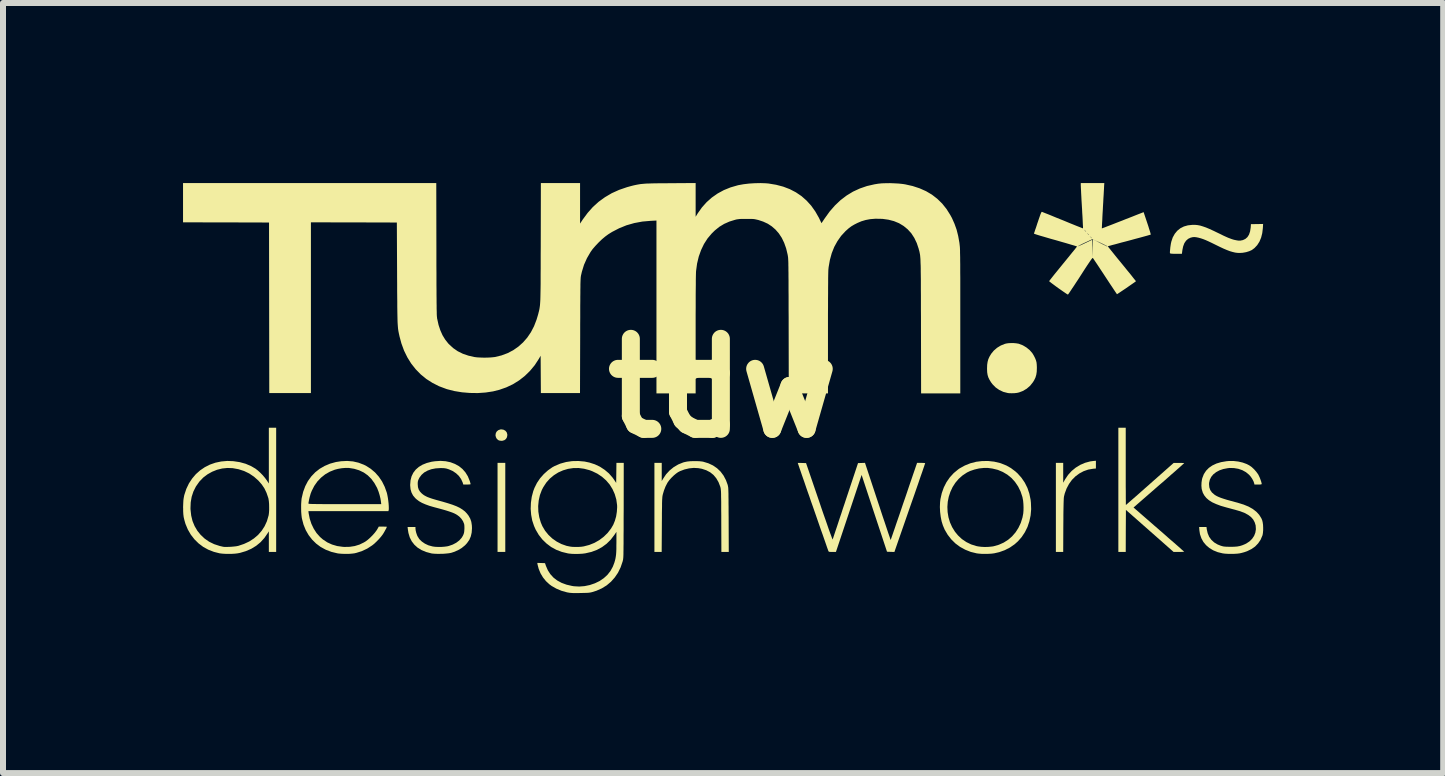
<source format=kicad_pcb>
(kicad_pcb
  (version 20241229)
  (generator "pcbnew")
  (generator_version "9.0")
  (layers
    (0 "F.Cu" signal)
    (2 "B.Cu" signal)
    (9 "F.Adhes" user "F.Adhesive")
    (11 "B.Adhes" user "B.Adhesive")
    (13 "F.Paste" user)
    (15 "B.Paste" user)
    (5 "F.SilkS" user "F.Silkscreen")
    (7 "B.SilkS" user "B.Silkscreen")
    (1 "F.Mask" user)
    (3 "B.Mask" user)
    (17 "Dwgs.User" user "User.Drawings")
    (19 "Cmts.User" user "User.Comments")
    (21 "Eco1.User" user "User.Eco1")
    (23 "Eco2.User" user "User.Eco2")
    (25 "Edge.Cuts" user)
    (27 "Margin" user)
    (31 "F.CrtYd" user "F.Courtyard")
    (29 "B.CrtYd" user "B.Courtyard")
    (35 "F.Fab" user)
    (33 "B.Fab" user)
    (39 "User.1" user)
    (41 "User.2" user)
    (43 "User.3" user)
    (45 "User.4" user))
  (footprint "tdw"
    (layer "F.Cu")
    (at 8.998 3.418)
    (property "Reference" "tdw" (at 0 0 0) (layer "F.SilkS") (effects (font (size 1.5 1.5) (thickness 0.3))))
    (attr board_only exclude_from_pos_files exclude_from_bom)
    (fp_poly (pts (xy -3.628 1.987) (xy -3.628 2.729) (xy -3.692 2.729) (xy -3.757 2.729) (xy -3.757 1.987) (xy -3.757 1.245) (xy -3.692 1.245) (xy -3.628 1.245)) (stroke (width 0) (type solid)) (fill yes) (layer "F.SilkS"))
    (fp_poly (pts (xy -3.656 0.693) (xy -3.626 0.71) (xy -3.605 0.735) (xy -3.595 0.768) (xy -3.594 0.783) (xy -3.6 0.818) (xy -3.617 0.847) (xy -3.643 0.867) (xy -3.677 0.877) (xy -3.692 0.878) (xy -3.724 0.874) (xy -3.747 0.865) (xy -3.769 0.845) (xy -3.784 0.817) (xy -3.791 0.787) (xy -3.791 0.783) (xy -3.785 0.747) (xy -3.768 0.719) (xy -3.742 0.699) (xy -3.708 0.688) (xy -3.692 0.687)) (stroke (width 0) (type solid)) (fill yes) (layer "F.SilkS"))
    (fp_poly (pts (xy 6.214 1.274) (xy 6.214 1.339) (xy 6.168 1.343) (xy 6.086 1.357) (xy 6.009 1.384) (xy 5.938 1.422) (xy 5.873 1.47) (xy 5.815 1.528) (xy 5.766 1.596) (xy 5.726 1.671) (xy 5.695 1.754) (xy 5.686 1.79) (xy 5.683 1.802) (xy 5.681 1.815) (xy 5.679 1.831) (xy 5.678 1.851) (xy 5.677 1.876) (xy 5.676 1.906) (xy 5.675 1.944) (xy 5.674 1.99) (xy 5.673 2.046) (xy 5.672 2.111) (xy 5.672 2.188) (xy 5.671 2.277) (xy 5.671 2.285) (xy 5.669 2.729) (xy 5.608 2.729) (xy 5.547 2.729) (xy 5.547 1.987) (xy 5.547 1.245) (xy 5.608 1.245) (xy 5.669 1.245) (xy 5.669 1.411) (xy 5.669 1.576) (xy 5.701 1.519) (xy 5.75 1.446) (xy 5.81 1.38) (xy 5.877 1.325) (xy 5.952 1.279) (xy 6.033 1.244) (xy 6.118 1.221) (xy 6.168 1.214) (xy 6.214 1.21)) (stroke (width 0) (type solid)) (fill yes) (layer "F.SilkS"))
    (fp_poly (pts (xy 4.843 -0.751) (xy 4.887 -0.747) (xy 4.924 -0.741) (xy 4.931 -0.739) (xy 4.996 -0.714) (xy 5.056 -0.678) (xy 5.11 -0.634) (xy 5.154 -0.584) (xy 5.18 -0.541) (xy 5.201 -0.499) (xy 5.215 -0.464) (xy 5.224 -0.431) (xy 5.228 -0.395) (xy 5.23 -0.352) (xy 5.23 -0.333) (xy 5.228 -0.273) (xy 5.22 -0.221) (xy 5.206 -0.175) (xy 5.184 -0.13) (xy 5.164 -0.098) (xy 5.117 -0.039) (xy 5.061 0.009) (xy 4.997 0.047) (xy 4.934 0.071) (xy 4.899 0.079) (xy 4.855 0.084) (xy 4.81 0.085) (xy 4.768 0.084) (xy 4.745 0.081) (xy 4.671 0.062) (xy 4.603 0.03) (xy 4.543 -0.012) (xy 4.491 -0.065) (xy 4.466 -0.098) (xy 4.44 -0.141) (xy 4.421 -0.18) (xy 4.409 -0.22) (xy 4.402 -0.265) (xy 4.4 -0.319) (xy 4.4 -0.33) (xy 4.402 -0.389) (xy 4.409 -0.438) (xy 4.421 -0.482) (xy 4.44 -0.524) (xy 4.467 -0.569) (xy 4.467 -0.57) (xy 4.512 -0.625) (xy 4.566 -0.672) (xy 4.628 -0.71) (xy 4.694 -0.737) (xy 4.717 -0.743) (xy 4.753 -0.749) (xy 4.797 -0.751)) (stroke (width 0) (type solid)) (fill yes) (layer "F.SilkS"))
    (fp_poly (pts (xy 6.711 1.303) (xy 6.711 1.396) (xy 6.711 1.484) (xy 6.711 1.567) (xy 6.711 1.645) (xy 6.712 1.716) (xy 6.712 1.779) (xy 6.712 1.833) (xy 6.713 1.878) (xy 6.713 1.913) (xy 6.713 1.935) (xy 6.714 1.946) (xy 6.714 1.947) (xy 6.72 1.942) (xy 6.735 1.929) (xy 6.758 1.909) (xy 6.789 1.882) (xy 6.828 1.848) (xy 6.873 1.809) (xy 6.923 1.765) (xy 6.978 1.716) (xy 7.037 1.664) (xy 7.099 1.61) (xy 7.114 1.596) (xy 7.51 1.246) (xy 7.597 1.246) (xy 7.63 1.246) (xy 7.657 1.247) (xy 7.676 1.248) (xy 7.684 1.25) (xy 7.684 1.251) (xy 7.679 1.256) (xy 7.664 1.269) (xy 7.641 1.29) (xy 7.61 1.318) (xy 7.571 1.352) (xy 7.526 1.392) (xy 7.475 1.436) (xy 7.42 1.485) (xy 7.36 1.538) (xy 7.296 1.593) (xy 7.262 1.622) (xy 6.841 1.989) (xy 7.189 2.292) (xy 7.272 2.364) (xy 7.345 2.427) (xy 7.408 2.483) (xy 7.463 2.531) (xy 7.511 2.572) (xy 7.551 2.607) (xy 7.584 2.636) (xy 7.612 2.66) (xy 7.633 2.68) (xy 7.65 2.695) (xy 7.663 2.706) (xy 7.672 2.714) (xy 7.678 2.72) (xy 7.682 2.723) (xy 7.684 2.725) (xy 7.684 2.726) (xy 7.684 2.726) (xy 7.678 2.727) (xy 7.66 2.728) (xy 7.634 2.729) (xy 7.602 2.729) (xy 7.596 2.729) (xy 7.508 2.729) (xy 7.111 2.379) (xy 6.714 2.029) (xy 6.712 2.379) (xy 6.711 2.729) (xy 6.649 2.729) (xy 6.588 2.729) (xy 6.588 1.695) (xy 6.588 0.66) (xy 6.649 0.66) (xy 6.711 0.66)) (stroke (width 0) (type solid)) (fill yes) (layer "F.SilkS"))
    (fp_poly (pts (xy 8.996 -2.666) (xy 8.986 -2.583) (xy 8.967 -2.508) (xy 8.939 -2.441) (xy 8.902 -2.383) (xy 8.857 -2.335) (xy 8.813 -2.302) (xy 8.769 -2.282) (xy 8.717 -2.266) (xy 8.661 -2.256) (xy 8.614 -2.253) (xy 8.574 -2.254) (xy 8.535 -2.259) (xy 8.493 -2.269) (xy 8.448 -2.282) (xy 8.398 -2.301) (xy 8.341 -2.325) (xy 8.275 -2.356) (xy 8.208 -2.389) (xy 8.143 -2.421) (xy 8.088 -2.447) (xy 8.041 -2.468) (xy 8 -2.484) (xy 7.964 -2.496) (xy 7.931 -2.505) (xy 7.924 -2.507) (xy 7.885 -2.515) (xy 7.855 -2.518) (xy 7.827 -2.516) (xy 7.798 -2.509) (xy 7.793 -2.508) (xy 7.751 -2.488) (xy 7.716 -2.457) (xy 7.688 -2.416) (xy 7.668 -2.363) (xy 7.655 -2.301) (xy 7.655 -2.3) (xy 7.647 -2.239) (xy 7.55 -2.239) (xy 7.51 -2.239) (xy 7.482 -2.24) (xy 7.464 -2.242) (xy 7.453 -2.245) (xy 7.449 -2.248) (xy 7.448 -2.249) (xy 7.447 -2.261) (xy 7.448 -2.284) (xy 7.451 -2.313) (xy 7.454 -2.346) (xy 7.459 -2.38) (xy 7.464 -2.412) (xy 7.47 -2.437) (xy 7.47 -2.439) (xy 7.494 -2.511) (xy 7.528 -2.572) (xy 7.57 -2.623) (xy 7.621 -2.664) (xy 7.68 -2.694) (xy 7.747 -2.713) (xy 7.821 -2.721) (xy 7.867 -2.721) (xy 7.908 -2.717) (xy 7.951 -2.709) (xy 7.997 -2.695) (xy 8.049 -2.677) (xy 8.108 -2.652) (xy 8.176 -2.621) (xy 8.223 -2.598) (xy 8.286 -2.568) (xy 8.338 -2.542) (xy 8.382 -2.522) (xy 8.418 -2.506) (xy 8.45 -2.494) (xy 8.477 -2.484) (xy 8.502 -2.476) (xy 8.525 -2.47) (xy 8.565 -2.462) (xy 8.596 -2.458) (xy 8.624 -2.459) (xy 8.652 -2.465) (xy 8.663 -2.467) (xy 8.705 -2.487) (xy 8.739 -2.517) (xy 8.765 -2.558) (xy 8.783 -2.611) (xy 8.793 -2.674) (xy 8.795 -2.699) (xy 8.797 -2.733) (xy 8.898 -2.734) (xy 9 -2.736)) (stroke (width 0) (type solid)) (fill yes) (layer "F.SilkS"))
    (fp_poly (pts (xy -0.39 1.218) (xy -0.346 1.223) (xy -0.33 1.226) (xy -0.244 1.252) (xy -0.167 1.288) (xy -0.1 1.334) (xy -0.041 1.39) (xy 0.009 1.457) (xy 0.049 1.533) (xy 0.076 1.606) (xy 0.079 1.616) (xy 0.081 1.625) (xy 0.083 1.635) (xy 0.085 1.646) (xy 0.087 1.66) (xy 0.088 1.678) (xy 0.089 1.7) (xy 0.09 1.728) (xy 0.091 1.762) (xy 0.091 1.804) (xy 0.092 1.854) (xy 0.092 1.914) (xy 0.093 1.984) (xy 0.093 2.065) (xy 0.094 2.158) (xy 0.094 2.193) (xy 0.096 2.729) (xy 0.035 2.729) (xy -0.027 2.729) (xy -0.029 2.21) (xy -0.029 2.114) (xy -0.03 2.03) (xy -0.03 1.958) (xy -0.03 1.897) (xy -0.031 1.845) (xy -0.032 1.802) (xy -0.032 1.766) (xy -0.033 1.738) (xy -0.034 1.715) (xy -0.036 1.697) (xy -0.037 1.682) (xy -0.039 1.67) (xy -0.041 1.66) (xy -0.043 1.651) (xy -0.046 1.642) (xy -0.046 1.641) (xy -0.075 1.566) (xy -0.113 1.501) (xy -0.159 1.446) (xy -0.214 1.402) (xy -0.279 1.368) (xy -0.352 1.344) (xy -0.413 1.333) (xy -0.488 1.329) (xy -0.566 1.337) (xy -0.642 1.355) (xy -0.714 1.382) (xy -0.749 1.4) (xy -0.783 1.424) (xy -0.821 1.456) (xy -0.859 1.493) (xy -0.893 1.531) (xy -0.92 1.568) (xy -0.927 1.579) (xy -0.958 1.639) (xy -0.984 1.706) (xy -1.004 1.774) (xy -1.004 1.776) (xy -1.007 1.788) (xy -1.009 1.801) (xy -1.011 1.816) (xy -1.012 1.835) (xy -1.014 1.859) (xy -1.015 1.889) (xy -1.016 1.925) (xy -1.016 1.969) (xy -1.017 2.023) (xy -1.018 2.086) (xy -1.018 2.16) (xy -1.019 2.247) (xy -1.019 2.278) (xy -1.022 2.729) (xy -1.083 2.729) (xy -1.143 2.729) (xy -1.143 1.987) (xy -1.143 1.245) (xy -1.082 1.245) (xy -1.021 1.245) (xy -1.021 1.397) (xy -1.021 1.548) (xy -0.999 1.511) (xy -0.949 1.436) (xy -0.889 1.371) (xy -0.821 1.316) (xy -0.745 1.271) (xy -0.663 1.238) (xy -0.636 1.231) (xy -0.597 1.223) (xy -0.549 1.218) (xy -0.496 1.216) (xy -0.441 1.216)) (stroke (width 0) (type solid)) (fill yes) (layer "F.SilkS"))
    (fp_poly (pts (xy 4.52 1.225) (xy 4.62 1.249) (xy 4.637 1.255) (xy 4.722 1.289) (xy 4.798 1.332) (xy 4.87 1.386) (xy 4.909 1.421) (xy 4.974 1.494) (xy 5.029 1.575) (xy 5.073 1.663) (xy 5.105 1.759) (xy 5.126 1.861) (xy 5.131 1.91) (xy 5.135 2.017) (xy 5.126 2.12) (xy 5.105 2.219) (xy 5.074 2.313) (xy 5.031 2.4) (xy 4.978 2.48) (xy 4.915 2.552) (xy 4.859 2.602) (xy 4.781 2.656) (xy 4.695 2.7) (xy 4.603 2.733) (xy 4.52 2.752) (xy 4.474 2.758) (xy 4.421 2.761) (xy 4.364 2.762) (xy 4.308 2.761) (xy 4.259 2.757) (xy 4.228 2.753) (xy 4.129 2.729) (xy 4.036 2.692) (xy 3.95 2.645) (xy 3.873 2.588) (xy 3.804 2.52) (xy 3.744 2.443) (xy 3.694 2.358) (xy 3.664 2.287) (xy 3.643 2.22) (xy 3.628 2.144) (xy 3.618 2.064) (xy 3.614 1.982) (xy 3.614 1.98) (xy 3.739 1.98) (xy 3.743 2.066) (xy 3.757 2.152) (xy 3.782 2.236) (xy 3.818 2.316) (xy 3.865 2.392) (xy 3.916 2.454) (xy 3.981 2.515) (xy 4.055 2.565) (xy 4.135 2.604) (xy 4.221 2.631) (xy 4.25 2.637) (xy 4.304 2.644) (xy 4.364 2.647) (xy 4.426 2.645) (xy 4.484 2.639) (xy 4.509 2.635) (xy 4.596 2.61) (xy 4.677 2.574) (xy 4.751 2.527) (xy 4.817 2.47) (xy 4.875 2.403) (xy 4.923 2.328) (xy 4.962 2.246) (xy 4.99 2.157) (xy 5.003 2.09) (xy 5.007 2.042) (xy 5.008 1.987) (xy 5.006 1.93) (xy 5.001 1.875) (xy 4.992 1.828) (xy 4.99 1.816) (xy 4.959 1.723) (xy 4.918 1.639) (xy 4.867 1.564) (xy 4.808 1.498) (xy 4.739 1.442) (xy 4.663 1.397) (xy 4.58 1.362) (xy 4.49 1.34) (xy 4.417 1.33) (xy 4.344 1.33) (xy 4.267 1.338) (xy 4.191 1.356) (xy 4.119 1.38) (xy 4.065 1.406) (xy 3.991 1.455) (xy 3.927 1.512) (xy 3.871 1.578) (xy 3.825 1.65) (xy 3.789 1.728) (xy 3.762 1.809) (xy 3.745 1.894) (xy 3.739 1.98) (xy 3.614 1.98) (xy 3.617 1.904) (xy 3.623 1.85) (xy 3.646 1.748) (xy 3.68 1.653) (xy 3.725 1.565) (xy 3.78 1.486) (xy 3.845 1.415) (xy 3.919 1.354) (xy 3.943 1.337) (xy 4.03 1.289) (xy 4.122 1.252) (xy 4.219 1.227) (xy 4.318 1.215) (xy 4.419 1.214)) (stroke (width 0) (type solid)) (fill yes) (layer "F.SilkS"))
    (fp_poly (pts (xy 2.579 1.889) (xy 2.609 1.979) (xy 2.637 2.065) (xy 2.664 2.147) (xy 2.69 2.223) (xy 2.713 2.292) (xy 2.734 2.355) (xy 2.752 2.409) (xy 2.768 2.455) (xy 2.78 2.49) (xy 2.788 2.515) (xy 2.793 2.528) (xy 2.794 2.531) (xy 2.796 2.524) (xy 2.803 2.505) (xy 2.813 2.476) (xy 2.827 2.436) (xy 2.844 2.386) (xy 2.864 2.329) (xy 2.886 2.263) (xy 2.911 2.191) (xy 2.938 2.113) (xy 2.966 2.03) (xy 2.995 1.944) (xy 3.007 1.909) (xy 3.038 1.82) (xy 3.067 1.735) (xy 3.094 1.654) (xy 3.12 1.578) (xy 3.144 1.508) (xy 3.165 1.446) (xy 3.184 1.391) (xy 3.2 1.345) (xy 3.212 1.309) (xy 3.221 1.283) (xy 3.226 1.27) (xy 3.226 1.268) (xy 3.234 1.245) (xy 3.302 1.245) (xy 3.33 1.246) (xy 3.352 1.247) (xy 3.366 1.249) (xy 3.369 1.25) (xy 3.367 1.257) (xy 3.36 1.276) (xy 3.35 1.307) (xy 3.336 1.347) (xy 3.319 1.398) (xy 3.298 1.457) (xy 3.275 1.524) (xy 3.25 1.598) (xy 3.222 1.678) (xy 3.192 1.765) (xy 3.16 1.856) (xy 3.127 1.95) (xy 3.112 1.993) (xy 2.856 2.73) (xy 2.794 2.728) (xy 2.733 2.726) (xy 2.521 2.086) (xy 2.31 1.446) (xy 2.096 2.088) (xy 1.882 2.729) (xy 1.822 2.729) (xy 1.793 2.729) (xy 1.775 2.728) (xy 1.765 2.725) (xy 1.759 2.72) (xy 1.756 2.714) (xy 1.753 2.706) (xy 1.746 2.686) (xy 1.735 2.656) (xy 1.721 2.615) (xy 1.704 2.566) (xy 1.684 2.509) (xy 1.662 2.445) (xy 1.637 2.376) (xy 1.611 2.301) (xy 1.584 2.223) (xy 1.556 2.142) (xy 1.527 2.059) (xy 1.498 1.975) (xy 1.468 1.891) (xy 1.44 1.808) (xy 1.411 1.727) (xy 1.384 1.649) (xy 1.359 1.575) (xy 1.335 1.506) (xy 1.313 1.443) (xy 1.294 1.387) (xy 1.277 1.339) (xy 1.264 1.3) (xy 1.254 1.271) (xy 1.248 1.253) (xy 1.245 1.247) (xy 1.252 1.246) (xy 1.269 1.246) (xy 1.294 1.246) (xy 1.315 1.247) (xy 1.384 1.249) (xy 1.604 1.892) (xy 1.643 2.008) (xy 1.679 2.112) (xy 1.712 2.205) (xy 1.74 2.286) (xy 1.764 2.356) (xy 1.785 2.414) (xy 1.802 2.459) (xy 1.814 2.493) (xy 1.823 2.514) (xy 1.827 2.522) (xy 1.828 2.522) (xy 1.83 2.513) (xy 1.837 2.493) (xy 1.847 2.462) (xy 1.861 2.42) (xy 1.878 2.369) (xy 1.898 2.31) (xy 1.92 2.243) (xy 1.944 2.169) (xy 1.971 2.09) (xy 1.998 2.006) (xy 2.028 1.918) (xy 2.041 1.878) (xy 2.25 1.249) (xy 2.308 1.247) (xy 2.366 1.245)) (stroke (width 0) (type solid)) (fill yes) (layer "F.SilkS"))
    (fp_poly (pts (xy -7.446 1.695) (xy -7.446 2.729) (xy -7.507 2.729) (xy -7.568 2.729) (xy -7.568 2.557) (xy -7.568 2.386) (xy -7.587 2.416) (xy -7.642 2.496) (xy -7.706 2.567) (xy -7.779 2.627) (xy -7.861 2.677) (xy -7.951 2.716) (xy -8.048 2.745) (xy -8.09 2.753) (xy -8.132 2.758) (xy -8.182 2.761) (xy -8.237 2.762) (xy -8.292 2.761) (xy -8.342 2.758) (xy -8.383 2.753) (xy -8.386 2.753) (xy -8.484 2.728) (xy -8.577 2.692) (xy -8.662 2.645) (xy -8.739 2.587) (xy -8.808 2.519) (xy -8.868 2.442) (xy -8.918 2.356) (xy -8.957 2.263) (xy -8.962 2.246) (xy -8.976 2.197) (xy -8.987 2.15) (xy -8.993 2.102) (xy -8.996 2.049) (xy -8.996 2.002) (xy -8.874 2.002) (xy -8.873 2.024) (xy -8.862 2.123) (xy -8.84 2.214) (xy -8.805 2.299) (xy -8.759 2.377) (xy -8.704 2.445) (xy -8.638 2.507) (xy -8.563 2.559) (xy -8.479 2.6) (xy -8.387 2.63) (xy -8.331 2.643) (xy -8.307 2.646) (xy -8.273 2.646) (xy -8.233 2.645) (xy -8.191 2.643) (xy -8.149 2.639) (xy -8.112 2.635) (xy -8.082 2.629) (xy -8.077 2.628) (xy -7.982 2.596) (xy -7.894 2.555) (xy -7.816 2.504) (xy -7.746 2.444) (xy -7.687 2.376) (xy -7.638 2.3) (xy -7.6 2.217) (xy -7.574 2.128) (xy -7.571 2.117) (xy -7.566 2.079) (xy -7.563 2.032) (xy -7.563 1.982) (xy -7.564 1.93) (xy -7.568 1.883) (xy -7.574 1.843) (xy -7.578 1.828) (xy -7.606 1.746) (xy -7.641 1.672) (xy -7.686 1.605) (xy -7.741 1.542) (xy -7.742 1.541) (xy -7.815 1.476) (xy -7.895 1.422) (xy -7.98 1.381) (xy -8.073 1.351) (xy -8.172 1.333) (xy -8.173 1.333) (xy -8.259 1.33) (xy -8.346 1.339) (xy -8.431 1.36) (xy -8.513 1.393) (xy -8.59 1.436) (xy -8.66 1.489) (xy -8.721 1.552) (xy -8.73 1.563) (xy -8.784 1.64) (xy -8.825 1.722) (xy -8.854 1.81) (xy -8.87 1.903) (xy -8.874 2.002) (xy -8.996 2.002) (xy -8.997 1.988) (xy -8.996 1.955) (xy -8.994 1.907) (xy -8.992 1.869) (xy -8.988 1.838) (xy -8.983 1.81) (xy -8.977 1.781) (xy -8.975 1.775) (xy -8.943 1.678) (xy -8.9 1.588) (xy -8.846 1.506) (xy -8.784 1.433) (xy -8.713 1.37) (xy -8.635 1.317) (xy -8.55 1.274) (xy -8.458 1.242) (xy -8.362 1.222) (xy -8.261 1.213) (xy -8.159 1.217) (xy -8.053 1.233) (xy -7.955 1.26) (xy -7.864 1.299) (xy -7.792 1.341) (xy -7.753 1.371) (xy -7.711 1.409) (xy -7.669 1.452) (xy -7.632 1.496) (xy -7.604 1.534) (xy -7.568 1.589) (xy -7.568 1.124) (xy -7.568 0.66) (xy -7.507 0.66) (xy -7.446 0.66)) (stroke (width 0) (type solid)) (fill yes) (layer "F.SilkS"))
    (fp_poly (pts (xy -6.166 1.221) (xy -6.074 1.242) (xy -5.985 1.276) (xy -5.95 1.293) (xy -5.87 1.344) (xy -5.798 1.405) (xy -5.735 1.476) (xy -5.681 1.556) (xy -5.637 1.645) (xy -5.603 1.74) (xy -5.598 1.759) (xy -5.591 1.793) (xy -5.584 1.832) (xy -5.578 1.875) (xy -5.573 1.919) (xy -5.57 1.959) (xy -5.569 1.993) (xy -5.569 2.019) (xy -5.57 2.025) (xy -5.575 2.049) (xy -6.242 2.049) (xy -6.909 2.049) (xy -6.905 2.084) (xy -6.887 2.175) (xy -6.859 2.261) (xy -6.82 2.342) (xy -6.773 2.415) (xy -6.716 2.479) (xy -6.668 2.521) (xy -6.594 2.57) (xy -6.515 2.606) (xy -6.43 2.631) (xy -6.338 2.644) (xy -6.309 2.646) (xy -6.219 2.644) (xy -6.136 2.631) (xy -6.058 2.607) (xy -5.984 2.571) (xy -5.954 2.553) (xy -5.917 2.525) (xy -5.878 2.49) (xy -5.838 2.45) (xy -5.802 2.409) (xy -5.773 2.37) (xy -5.762 2.353) (xy -5.736 2.307) (xy -5.669 2.307) (xy -5.64 2.308) (xy -5.618 2.308) (xy -5.604 2.31) (xy -5.601 2.311) (xy -5.605 2.32) (xy -5.613 2.339) (xy -5.626 2.362) (xy -5.64 2.388) (xy -5.655 2.414) (xy -5.669 2.436) (xy -5.671 2.439) (xy -5.699 2.476) (xy -5.734 2.516) (xy -5.773 2.556) (xy -5.812 2.593) (xy -5.846 2.62) (xy -5.929 2.674) (xy -6.018 2.716) (xy -6.11 2.745) (xy -6.145 2.753) (xy -6.189 2.758) (xy -6.241 2.762) (xy -6.297 2.762) (xy -6.353 2.76) (xy -6.404 2.756) (xy -6.428 2.752) (xy -6.527 2.728) (xy -6.619 2.693) (xy -6.704 2.647) (xy -6.78 2.59) (xy -6.847 2.524) (xy -6.905 2.449) (xy -6.953 2.366) (xy -6.99 2.275) (xy -7.016 2.176) (xy -7.02 2.155) (xy -7.025 2.112) (xy -7.029 2.06) (xy -7.03 2.004) (xy -7.03 1.946) (xy -7.029 1.923) (xy -6.908 1.923) (xy -6.906 1.925) (xy -6.901 1.927) (xy -6.891 1.928) (xy -6.876 1.929) (xy -6.854 1.93) (xy -6.826 1.931) (xy -6.789 1.931) (xy -6.745 1.932) (xy -6.691 1.932) (xy -6.627 1.933) (xy -6.552 1.933) (xy -6.466 1.933) (xy -6.367 1.933) (xy -6.301 1.933) (xy -5.695 1.933) (xy -5.7 1.891) (xy -5.708 1.84) (xy -5.722 1.783) (xy -5.739 1.727) (xy -5.759 1.676) (xy -5.764 1.663) (xy -5.809 1.582) (xy -5.861 1.511) (xy -5.921 1.452) (xy -5.988 1.405) (xy -6.063 1.369) (xy -6.145 1.344) (xy -6.232 1.33) (xy -6.288 1.329) (xy -6.351 1.334) (xy -6.415 1.345) (xy -6.469 1.359) (xy -6.552 1.392) (xy -6.629 1.436) (xy -6.698 1.491) (xy -6.76 1.556) (xy -6.811 1.629) (xy -6.853 1.711) (xy -6.872 1.759) (xy -6.879 1.785) (xy -6.888 1.816) (xy -6.896 1.85) (xy -6.902 1.882) (xy -6.907 1.908) (xy -6.908 1.923) (xy -7.029 1.923) (xy -7.027 1.892) (xy -7.023 1.845) (xy -7.02 1.829) (xy -6.996 1.727) (xy -6.961 1.633) (xy -6.916 1.547) (xy -6.86 1.47) (xy -6.795 1.402) (xy -6.721 1.344) (xy -6.638 1.296) (xy -6.548 1.258) (xy -6.45 1.231) (xy -6.364 1.218) (xy -6.263 1.213)) (stroke (width 0) (type solid)) (fill yes) (layer "F.SilkS"))
    (fp_poly (pts (xy 8.586 1.223) (xy 8.66 1.24) (xy 8.728 1.265) (xy 8.77 1.287) (xy 8.81 1.315) (xy 8.85 1.352) (xy 8.886 1.393) (xy 8.916 1.434) (xy 8.918 1.437) (xy 8.93 1.461) (xy 8.944 1.491) (xy 8.956 1.523) (xy 8.967 1.554) (xy 8.974 1.58) (xy 8.977 1.596) (xy 8.974 1.601) (xy 8.965 1.604) (xy 8.946 1.606) (xy 8.916 1.606) (xy 8.856 1.606) (xy 8.851 1.584) (xy 8.84 1.552) (xy 8.821 1.516) (xy 8.797 1.479) (xy 8.769 1.446) (xy 8.766 1.443) (xy 8.714 1.4) (xy 8.654 1.367) (xy 8.587 1.344) (xy 8.516 1.332) (xy 8.442 1.33) (xy 8.409 1.334) (xy 8.336 1.348) (xy 8.272 1.37) (xy 8.217 1.4) (xy 8.171 1.436) (xy 8.136 1.478) (xy 8.112 1.526) (xy 8.1 1.578) (xy 8.099 1.602) (xy 8.104 1.654) (xy 8.12 1.699) (xy 8.147 1.738) (xy 8.187 1.773) (xy 8.203 1.784) (xy 8.229 1.799) (xy 8.259 1.813) (xy 8.296 1.828) (xy 8.341 1.843) (xy 8.395 1.86) (xy 8.46 1.878) (xy 8.484 1.884) (xy 8.53 1.897) (xy 8.575 1.909) (xy 8.617 1.922) (xy 8.652 1.933) (xy 8.675 1.94) (xy 8.758 1.974) (xy 8.829 2.014) (xy 8.888 2.06) (xy 8.935 2.111) (xy 8.971 2.169) (xy 8.985 2.202) (xy 8.993 2.235) (xy 8.999 2.277) (xy 9.001 2.323) (xy 9.001 2.37) (xy 8.997 2.414) (xy 8.991 2.449) (xy 8.988 2.457) (xy 8.958 2.527) (xy 8.917 2.587) (xy 8.867 2.639) (xy 8.805 2.682) (xy 8.734 2.717) (xy 8.72 2.722) (xy 8.685 2.734) (xy 8.645 2.745) (xy 8.61 2.753) (xy 8.569 2.758) (xy 8.52 2.761) (xy 8.466 2.762) (xy 8.412 2.761) (xy 8.363 2.758) (xy 8.326 2.753) (xy 8.244 2.733) (xy 8.17 2.703) (xy 8.105 2.664) (xy 8.05 2.617) (xy 8.005 2.563) (xy 7.971 2.501) (xy 7.948 2.433) (xy 7.938 2.367) (xy 7.934 2.314) (xy 7.995 2.314) (xy 8.057 2.314) (xy 8.061 2.35) (xy 8.076 2.417) (xy 8.101 2.477) (xy 8.138 2.528) (xy 8.185 2.571) (xy 8.242 2.605) (xy 8.292 2.625) (xy 8.315 2.632) (xy 8.334 2.637) (xy 8.355 2.64) (xy 8.379 2.642) (xy 8.41 2.643) (xy 8.451 2.644) (xy 8.456 2.644) (xy 8.517 2.643) (xy 8.568 2.639) (xy 8.612 2.631) (xy 8.654 2.618) (xy 8.695 2.601) (xy 8.72 2.589) (xy 8.773 2.554) (xy 8.817 2.511) (xy 8.85 2.462) (xy 8.871 2.408) (xy 8.88 2.351) (xy 8.876 2.291) (xy 8.876 2.288) (xy 8.86 2.236) (xy 8.835 2.189) (xy 8.799 2.148) (xy 8.751 2.112) (xy 8.692 2.08) (xy 8.62 2.052) (xy 8.565 2.036) (xy 8.531 2.026) (xy 8.488 2.015) (xy 8.441 2.002) (xy 8.396 1.99) (xy 8.385 1.987) (xy 8.295 1.961) (xy 8.218 1.932) (xy 8.152 1.902) (xy 8.098 1.868) (xy 8.055 1.831) (xy 8.021 1.789) (xy 7.996 1.744) (xy 7.98 1.692) (xy 7.976 1.674) (xy 7.972 1.626) (xy 7.974 1.571) (xy 7.982 1.518) (xy 7.988 1.496) (xy 8.013 1.432) (xy 8.05 1.376) (xy 8.097 1.328) (xy 8.155 1.288) (xy 8.223 1.256) (xy 8.3 1.233) (xy 8.388 1.218) (xy 8.431 1.214) (xy 8.509 1.214)) (stroke (width 0) (type solid)) (fill yes) (layer "F.SilkS"))
    (fp_poly (pts (xy -4.621 1.218) (xy -4.541 1.235) (xy -4.467 1.263) (xy -4.4 1.3) (xy -4.342 1.347) (xy -4.292 1.404) (xy -4.252 1.469) (xy -4.222 1.543) (xy -4.22 1.547) (xy -4.213 1.571) (xy -4.208 1.59) (xy -4.206 1.6) (xy -4.206 1.6) (xy -4.212 1.603) (xy -4.229 1.605) (xy -4.254 1.606) (xy -4.267 1.606) (xy -4.328 1.606) (xy -4.339 1.57) (xy -4.365 1.514) (xy -4.402 1.462) (xy -4.449 1.418) (xy -4.506 1.38) (xy -4.57 1.352) (xy -4.577 1.35) (xy -4.605 1.341) (xy -4.63 1.336) (xy -4.656 1.333) (xy -4.69 1.332) (xy -4.71 1.332) (xy -4.788 1.337) (xy -4.86 1.351) (xy -4.923 1.374) (xy -4.979 1.405) (xy -5.024 1.445) (xy -5.059 1.492) (xy -5.067 1.508) (xy -5.078 1.531) (xy -5.084 1.552) (xy -5.087 1.576) (xy -5.087 1.603) (xy -5.083 1.65) (xy -5.071 1.689) (xy -5.05 1.723) (xy -5.023 1.752) (xy -5.003 1.769) (xy -4.981 1.785) (xy -4.956 1.799) (xy -4.926 1.814) (xy -4.889 1.828) (xy -4.845 1.843) (xy -4.791 1.859) (xy -4.727 1.877) (xy -4.672 1.892) (xy -4.584 1.918) (xy -4.507 1.943) (xy -4.442 1.968) (xy -4.386 1.995) (xy -4.34 2.024) (xy -4.3 2.055) (xy -4.267 2.09) (xy -4.24 2.125) (xy -4.212 2.175) (xy -4.194 2.228) (xy -4.185 2.288) (xy -4.183 2.334) (xy -4.188 2.407) (xy -4.203 2.471) (xy -4.228 2.529) (xy -4.266 2.583) (xy -4.298 2.618) (xy -4.352 2.662) (xy -4.415 2.7) (xy -4.486 2.73) (xy -4.529 2.744) (xy -4.565 2.751) (xy -4.61 2.756) (xy -4.661 2.76) (xy -4.715 2.761) (xy -4.767 2.761) (xy -4.814 2.759) (xy -4.853 2.755) (xy -4.862 2.753) (xy -4.948 2.73) (xy -5.024 2.698) (xy -5.089 2.658) (xy -5.143 2.609) (xy -5.187 2.552) (xy -5.22 2.487) (xy -5.242 2.413) (xy -5.251 2.357) (xy -5.256 2.314) (xy -5.19 2.314) (xy -5.125 2.314) (xy -5.125 2.34) (xy -5.121 2.373) (xy -5.112 2.411) (xy -5.098 2.451) (xy -5.091 2.467) (xy -5.061 2.515) (xy -5.019 2.556) (xy -4.968 2.591) (xy -4.909 2.619) (xy -4.843 2.637) (xy -4.839 2.638) (xy -4.797 2.644) (xy -4.747 2.646) (xy -4.694 2.646) (xy -4.642 2.642) (xy -4.595 2.636) (xy -4.57 2.63) (xy -4.504 2.607) (xy -4.445 2.576) (xy -4.395 2.538) (xy -4.356 2.495) (xy -4.334 2.459) (xy -4.323 2.434) (xy -4.316 2.412) (xy -4.312 2.387) (xy -4.31 2.354) (xy -4.309 2.352) (xy -4.309 2.321) (xy -4.31 2.291) (xy -4.313 2.268) (xy -4.314 2.263) (xy -4.332 2.218) (xy -4.361 2.175) (xy -4.398 2.137) (xy -4.408 2.13) (xy -4.428 2.115) (xy -4.449 2.102) (xy -4.472 2.09) (xy -4.499 2.078) (xy -4.531 2.066) (xy -4.569 2.053) (xy -4.616 2.038) (xy -4.671 2.022) (xy -4.737 2.004) (xy -4.809 1.985) (xy -4.889 1.962) (xy -4.958 1.937) (xy -5.016 1.912) (xy -5.065 1.884) (xy -5.106 1.853) (xy -5.128 1.833) (xy -5.165 1.789) (xy -5.191 1.739) (xy -5.207 1.684) (xy -5.213 1.62) (xy -5.213 1.61) (xy -5.207 1.536) (xy -5.19 1.47) (xy -5.161 1.41) (xy -5.121 1.358) (xy -5.07 1.313) (xy -5.008 1.276) (xy -4.936 1.247) (xy -4.854 1.226) (xy -4.798 1.218) (xy -4.707 1.212)) (stroke (width 0) (type solid)) (fill yes) (layer "F.SilkS"))
    (fp_poly (pts (xy -2.306 1.223) (xy -2.226 1.24) (xy -2.136 1.269) (xy -2.051 1.309) (xy -1.972 1.361) (xy -1.901 1.421) (xy -1.84 1.491) (xy -1.815 1.526) (xy -1.78 1.579) (xy -1.778 1.412) (xy -1.776 1.245) (xy -1.715 1.245) (xy -1.654 1.245) (xy -1.655 2.04) (xy -1.656 2.161) (xy -1.656 2.269) (xy -1.656 2.365) (xy -1.657 2.449) (xy -1.657 2.523) (xy -1.657 2.587) (xy -1.658 2.643) (xy -1.658 2.69) (xy -1.659 2.73) (xy -1.659 2.763) (xy -1.66 2.79) (xy -1.661 2.812) (xy -1.662 2.83) (xy -1.664 2.844) (xy -1.665 2.856) (xy -1.667 2.865) (xy -1.669 2.873) (xy -1.671 2.881) (xy -1.672 2.886) (xy -1.706 2.986) (xy -1.75 3.076) (xy -1.804 3.155) (xy -1.866 3.225) (xy -1.938 3.286) (xy -2.019 3.336) (xy -2.109 3.376) (xy -2.175 3.397) (xy -2.194 3.402) (xy -2.214 3.406) (xy -2.236 3.409) (xy -2.262 3.411) (xy -2.295 3.412) (xy -2.337 3.413) (xy -2.382 3.414) (xy -2.435 3.415) (xy -2.476 3.415) (xy -2.509 3.414) (xy -2.535 3.412) (xy -2.558 3.41) (xy -2.58 3.406) (xy -2.598 3.403) (xy -2.691 3.377) (xy -2.777 3.341) (xy -2.856 3.296) (xy -2.894 3.268) (xy -2.95 3.216) (xy -3 3.154) (xy -3.041 3.085) (xy -3.071 3.012) (xy -3.089 2.945) (xy -3.095 2.912) (xy -3.03 2.914) (xy -2.966 2.916) (xy -2.951 2.961) (xy -2.919 3.035) (xy -2.877 3.1) (xy -2.824 3.158) (xy -2.761 3.206) (xy -2.689 3.245) (xy -2.607 3.275) (xy -2.516 3.296) (xy -2.484 3.301) (xy -2.396 3.306) (xy -2.307 3.299) (xy -2.22 3.281) (xy -2.135 3.252) (xy -2.056 3.214) (xy -1.986 3.166) (xy -1.925 3.11) (xy -1.875 3.046) (xy -1.836 2.975) (xy -1.811 2.91) (xy -1.801 2.876) (xy -1.793 2.844) (xy -1.787 2.81) (xy -1.782 2.773) (xy -1.779 2.731) (xy -1.777 2.681) (xy -1.777 2.621) (xy -1.776 2.568) (xy -1.776 2.395) (xy -1.811 2.447) (xy -1.871 2.525) (xy -1.94 2.593) (xy -2.016 2.649) (xy -2.101 2.695) (xy -2.192 2.729) (xy -2.292 2.752) (xy -2.297 2.753) (xy -2.346 2.759) (xy -2.403 2.762) (xy -2.462 2.763) (xy -2.519 2.761) (xy -2.57 2.756) (xy -2.587 2.753) (xy -2.686 2.729) (xy -2.778 2.694) (xy -2.864 2.647) (xy -2.941 2.589) (xy -3.011 2.521) (xy -3.071 2.444) (xy -3.122 2.357) (xy -3.149 2.296) (xy -3.179 2.206) (xy -3.197 2.11) (xy -3.205 2.01) (xy -3.203 1.965) (xy -3.08 1.965) (xy -3.077 2.059) (xy -3.062 2.151) (xy -3.036 2.239) (xy -3.01 2.3) (xy -2.965 2.376) (xy -2.909 2.445) (xy -2.844 2.506) (xy -2.771 2.557) (xy -2.692 2.598) (xy -2.607 2.628) (xy -2.548 2.64) (xy -2.509 2.645) (xy -2.461 2.646) (xy -2.411 2.646) (xy -2.362 2.643) (xy -2.321 2.637) (xy -2.321 2.637) (xy -2.229 2.613) (xy -2.142 2.578) (xy -2.061 2.532) (xy -1.987 2.476) (xy -1.922 2.412) (xy -1.866 2.34) (xy -1.829 2.277) (xy -1.802 2.211) (xy -1.781 2.138) (xy -1.769 2.061) (xy -1.764 1.985) (xy -1.765 1.949) (xy -1.778 1.855) (xy -1.804 1.766) (xy -1.841 1.683) (xy -1.889 1.606) (xy -1.948 1.537) (xy -2.016 1.477) (xy -2.094 1.425) (xy -2.181 1.383) (xy -2.224 1.367) (xy -2.315 1.343) (xy -2.405 1.331) (xy -2.495 1.332) (xy -2.582 1.345) (xy -2.666 1.37) (xy -2.745 1.405) (xy -2.818 1.451) (xy -2.885 1.507) (xy -2.944 1.573) (xy -2.994 1.649) (xy -3.019 1.697) (xy -3.051 1.782) (xy -3.071 1.872) (xy -3.08 1.965) (xy -3.203 1.965) (xy -3.201 1.91) (xy -3.187 1.811) (xy -3.162 1.716) (xy -3.141 1.661) (xy -3.1 1.579) (xy -3.048 1.502) (xy -2.986 1.432) (xy -2.917 1.37) (xy -2.843 1.318) (xy -2.804 1.297) (xy -2.712 1.258) (xy -2.615 1.231) (xy -2.514 1.216) (xy -2.41 1.214)) (stroke (width 0) (type solid)) (fill yes) (layer "F.SilkS"))
    (fp_poly (pts (xy 6.351 -3.374) (xy 6.349 -3.329) (xy 6.346 -3.278) (xy 6.343 -3.221) (xy 6.339 -3.16) (xy 6.336 -3.098) (xy 6.332 -3.034) (xy 6.329 -2.971) (xy 6.325 -2.91) (xy 6.322 -2.852) (xy 6.32 -2.8) (xy 6.317 -2.754) (xy 6.315 -2.715) (xy 6.314 -2.686) (xy 6.313 -2.668) (xy 6.313 -2.662) (xy 6.32 -2.664) (xy 6.338 -2.671) (xy 6.366 -2.681) (xy 6.403 -2.696) (xy 6.448 -2.713) (xy 6.5 -2.733) (xy 6.558 -2.756) (xy 6.62 -2.78) (xy 6.644 -2.789) (xy 6.708 -2.815) (xy 6.768 -2.838) (xy 6.824 -2.86) (xy 6.874 -2.88) (xy 6.917 -2.897) (xy 6.951 -2.91) (xy 6.976 -2.92) (xy 6.989 -2.925) (xy 6.991 -2.926) (xy 7.009 -2.933) (xy 7.071 -2.748) (xy 7.087 -2.7) (xy 7.1 -2.657) (xy 7.112 -2.62) (xy 7.121 -2.59) (xy 7.126 -2.569) (xy 7.128 -2.559) (xy 7.128 -2.559) (xy 7.12 -2.556) (xy 7.101 -2.551) (xy 7.071 -2.542) (xy 7.031 -2.531) (xy 6.984 -2.518) (xy 6.929 -2.503) (xy 6.868 -2.487) (xy 6.803 -2.469) (xy 6.769 -2.46) (xy 6.702 -2.442) (xy 6.639 -2.426) (xy 6.581 -2.41) (xy 6.53 -2.396) (xy 6.486 -2.385) (xy 6.452 -2.375) (xy 6.427 -2.369) (xy 6.414 -2.365) (xy 6.412 -2.364) (xy 6.416 -2.359) (xy 6.427 -2.344) (xy 6.446 -2.32) (xy 6.471 -2.289) (xy 6.502 -2.251) (xy 6.537 -2.207) (xy 6.576 -2.159) (xy 6.619 -2.107) (xy 6.645 -2.075) (xy 6.69 -2.02) (xy 6.731 -1.969) (xy 6.769 -1.923) (xy 6.803 -1.881) (xy 6.831 -1.845) (xy 6.854 -1.816) (xy 6.871 -1.796) (xy 6.879 -1.784) (xy 6.881 -1.782) (xy 6.876 -1.777) (xy 6.861 -1.766) (xy 6.838 -1.75) (xy 6.809 -1.73) (xy 6.776 -1.707) (xy 6.74 -1.682) (xy 6.704 -1.657) (xy 6.668 -1.633) (xy 6.635 -1.611) (xy 6.607 -1.592) (xy 6.584 -1.577) (xy 6.57 -1.568) (xy 6.565 -1.565) (xy 6.561 -1.571) (xy 6.55 -1.587) (xy 6.533 -1.612) (xy 6.511 -1.645) (xy 6.484 -1.686) (xy 6.453 -1.732) (xy 6.419 -1.784) (xy 6.382 -1.84) (xy 6.367 -1.863) (xy 6.329 -1.921) (xy 6.293 -1.975) (xy 6.261 -2.024) (xy 6.231 -2.069) (xy 6.206 -2.106) (xy 6.186 -2.136) (xy 6.172 -2.157) (xy 6.164 -2.168) (xy 6.163 -2.17) (xy 6.16 -2.17) (xy 6.154 -2.165) (xy 6.145 -2.155) (xy 6.133 -2.139) (xy 6.116 -2.115) (xy 6.095 -2.084) (xy 6.068 -2.044) (xy 6.036 -1.995) (xy 5.998 -1.936) (xy 5.955 -1.869) (xy 5.917 -1.81) (xy 5.881 -1.756) (xy 5.848 -1.705) (xy 5.818 -1.661) (xy 5.793 -1.623) (xy 5.773 -1.593) (xy 5.758 -1.572) (xy 5.749 -1.56) (xy 5.747 -1.559) (xy 5.74 -1.563) (xy 5.723 -1.573) (xy 5.698 -1.59) (xy 5.667 -1.611) (xy 5.63 -1.637) (xy 5.59 -1.665) (xy 5.587 -1.667) (xy 5.547 -1.696) (xy 5.511 -1.723) (xy 5.481 -1.745) (xy 5.457 -1.764) (xy 5.441 -1.776) (xy 5.435 -1.783) (xy 5.435 -1.783) (xy 5.439 -1.789) (xy 5.451 -1.805) (xy 5.47 -1.829) (xy 5.495 -1.861) (xy 5.526 -1.9) (xy 5.562 -1.944) (xy 5.601 -1.992) (xy 5.644 -2.045) (xy 5.666 -2.072) (xy 5.71 -2.126) (xy 5.751 -2.176) (xy 5.789 -2.223) (xy 5.822 -2.264) (xy 5.851 -2.299) (xy 5.873 -2.327) (xy 5.889 -2.347) (xy 5.898 -2.358) (xy 5.899 -2.36) (xy 5.893 -2.363) (xy 5.89 -2.364) (xy 5.913 -2.364) (xy 5.913 -2.363) (xy 5.92 -2.366) (xy 5.939 -2.373) (xy 5.965 -2.384) (xy 5.997 -2.399) (xy 6.033 -2.416) (xy 6.069 -2.433) (xy 6.101 -2.448) (xy 6.126 -2.46) (xy 6.143 -2.468) (xy 6.15 -2.471) (xy 6.151 -2.464) (xy 6.152 -2.446) (xy 6.153 -2.418) (xy 6.153 -2.383) (xy 6.154 -2.342) (xy 6.154 -2.326) (xy 6.156 -2.181) (xy 6.159 -2.331) (xy 6.16 -2.375) (xy 6.161 -2.414) (xy 6.161 -2.446) (xy 6.161 -2.457) (xy 6.215 -2.457) (xy 6.219 -2.454) (xy 6.232 -2.446) (xy 6.253 -2.435) (xy 6.279 -2.421) (xy 6.307 -2.407) (xy 6.336 -2.392) (xy 6.362 -2.38) (xy 6.383 -2.37) (xy 6.397 -2.363) (xy 6.4 -2.362) (xy 6.404 -2.365) (xy 6.403 -2.366) (xy 6.395 -2.37) (xy 6.378 -2.379) (xy 6.354 -2.391) (xy 6.326 -2.405) (xy 6.297 -2.419) (xy 6.268 -2.433) (xy 6.243 -2.444) (xy 6.225 -2.453) (xy 6.215 -2.457) (xy 6.215 -2.457) (xy 6.161 -2.457) (xy 6.161 -2.46) (xy 6.2 -2.46) (xy 6.204 -2.457) (xy 6.207 -2.46) (xy 6.204 -2.464) (xy 6.2 -2.46) (xy 6.161 -2.46) (xy 6.162 -2.467) (xy 6.187 -2.467) (xy 6.19 -2.464) (xy 6.193 -2.467) (xy 6.19 -2.471) (xy 6.187 -2.467) (xy 6.162 -2.467) (xy 6.162 -2.469) (xy 6.161 -2.474) (xy 6.173 -2.474) (xy 6.176 -2.471) (xy 6.18 -2.474) (xy 6.176 -2.477) (xy 6.173 -2.474) (xy 6.161 -2.474) (xy 6.161 -2.482) (xy 6.161 -2.484) (xy 6.155 -2.482) (xy 6.138 -2.475) (xy 6.113 -2.463) (xy 6.081 -2.448) (xy 6.044 -2.431) (xy 6.033 -2.426) (xy 5.995 -2.408) (xy 5.963 -2.392) (xy 5.937 -2.378) (xy 5.92 -2.369) (xy 5.913 -2.364) (xy 5.89 -2.364) (xy 5.875 -2.369) (xy 5.846 -2.378) (xy 5.808 -2.389) (xy 5.761 -2.403) (xy 5.707 -2.419) (xy 5.647 -2.436) (xy 5.582 -2.455) (xy 5.54 -2.467) (xy 5.464 -2.488) (xy 5.396 -2.508) (xy 5.335 -2.526) (xy 5.303 -2.535) (xy 6.108 -2.535) (xy 6.125 -2.517) (xy 6.138 -2.502) (xy 6.145 -2.498) (xy 6.146 -2.5) (xy 6.141 -2.505) (xy 6.13 -2.516) (xy 6.127 -2.519) (xy 6.108 -2.535) (xy 5.303 -2.535) (xy 5.283 -2.541) (xy 5.241 -2.554) (xy 5.21 -2.564) (xy 5.19 -2.571) (xy 5.182 -2.575) (xy 5.182 -2.576) (xy 5.184 -2.584) (xy 5.186 -2.59) (xy 6.061 -2.59) (xy 6.077 -2.571) (xy 6.091 -2.557) (xy 6.097 -2.552) (xy 6.098 -2.554) (xy 6.094 -2.56) (xy 6.082 -2.571) (xy 6.079 -2.573) (xy 6.061 -2.59) (xy 5.186 -2.59) (xy 5.191 -2.603) (xy 5.2 -2.632) (xy 5.204 -2.644) (xy 6.013 -2.644) (xy 6.03 -2.625) (xy 6.043 -2.611) (xy 6.049 -2.607) (xy 6.051 -2.609) (xy 6.046 -2.614) (xy 6.035 -2.625) (xy 6.032 -2.628) (xy 6.013 -2.644) (xy 5.204 -2.644) (xy 5.213 -2.668) (xy 5.227 -2.711) (xy 5.242 -2.758) (xy 5.244 -2.762) (xy 5.262 -2.816) (xy 5.277 -2.859) (xy 5.288 -2.891) (xy 5.297 -2.913) (xy 5.304 -2.928) (xy 5.309 -2.936) (xy 5.313 -2.938) (xy 5.315 -2.938) (xy 5.323 -2.935) (xy 5.342 -2.927) (xy 5.372 -2.915) (xy 5.411 -2.9) (xy 5.458 -2.881) (xy 5.511 -2.859) (xy 5.569 -2.835) (xy 5.632 -2.81) (xy 5.662 -2.798) (xy 5.725 -2.772) (xy 5.785 -2.747) (xy 5.84 -2.725) (xy 5.889 -2.705) (xy 5.93 -2.689) (xy 5.963 -2.676) (xy 5.985 -2.667) (xy 5.998 -2.663) (xy 5.999 -2.662) (xy 5.999 -2.669) (xy 5.999 -2.689) (xy 5.997 -2.719) (xy 5.995 -2.759) (xy 5.993 -2.807) (xy 5.99 -2.863) (xy 5.986 -2.924) (xy 5.983 -2.99) (xy 5.982 -3.001) (xy 5.978 -3.069) (xy 5.974 -3.134) (xy 5.971 -3.195) (xy 5.968 -3.249) (xy 5.966 -3.296) (xy 5.964 -3.334) (xy 5.963 -3.361) (xy 5.962 -3.377) (xy 5.962 -3.377) (xy 5.962 -3.417) (xy 6.158 -3.417) (xy 6.354 -3.417)) (stroke (width 0) (type solid)) (fill yes) (layer "F.SilkS"))
    (fp_poly (pts (xy -0.456 -3.137) (xy -0.456 -2.856) (xy -0.419 -2.916) (xy -0.35 -3.013) (xy -0.272 -3.1) (xy -0.185 -3.177) (xy -0.089 -3.244) (xy 0.014 -3.3) (xy 0.125 -3.345) (xy 0.242 -3.379) (xy 0.258 -3.383) (xy 0.342 -3.398) (xy 0.434 -3.409) (xy 0.53 -3.415) (xy 0.624 -3.417) (xy 0.712 -3.414) (xy 0.759 -3.41) (xy 0.885 -3.389) (xy 1.003 -3.358) (xy 1.113 -3.316) (xy 1.215 -3.263) (xy 1.308 -3.2) (xy 1.393 -3.125) (xy 1.47 -3.04) (xy 1.538 -2.944) (xy 1.599 -2.837) (xy 1.604 -2.826) (xy 1.641 -2.749) (xy 1.695 -2.829) (xy 1.777 -2.943) (xy 1.865 -3.044) (xy 1.959 -3.133) (xy 2.06 -3.21) (xy 2.167 -3.275) (xy 2.28 -3.327) (xy 2.399 -3.368) (xy 2.526 -3.397) (xy 2.588 -3.407) (xy 2.646 -3.413) (xy 2.713 -3.415) (xy 2.786 -3.416) (xy 2.86 -3.413) (xy 2.931 -3.409) (xy 2.997 -3.402) (xy 3.035 -3.396) (xy 3.16 -3.368) (xy 3.276 -3.33) (xy 3.384 -3.282) (xy 3.482 -3.224) (xy 3.571 -3.155) (xy 3.652 -3.076) (xy 3.724 -2.986) (xy 3.787 -2.886) (xy 3.815 -2.835) (xy 3.858 -2.738) (xy 3.893 -2.64) (xy 3.919 -2.536) (xy 3.939 -2.425) (xy 3.944 -2.383) (xy 3.945 -2.371) (xy 3.947 -2.355) (xy 3.948 -2.337) (xy 3.949 -2.314) (xy 3.95 -2.288) (xy 3.95 -2.256) (xy 3.951 -2.218) (xy 3.952 -2.174) (xy 3.952 -2.123) (xy 3.953 -2.065) (xy 3.953 -1.998) (xy 3.953 -1.923) (xy 3.954 -1.838) (xy 3.954 -1.744) (xy 3.954 -1.639) (xy 3.954 -1.522) (xy 3.954 -1.394) (xy 3.954 -1.254) (xy 3.954 -1.104) (xy 3.954 0.088) (xy 3.628 0.088) (xy 3.301 0.088) (xy 3.299 -1.029) (xy 3.299 -1.176) (xy 3.298 -1.31) (xy 3.298 -1.432) (xy 3.298 -1.542) (xy 3.297 -1.641) (xy 3.297 -1.729) (xy 3.297 -1.808) (xy 3.296 -1.879) (xy 3.295 -1.941) (xy 3.295 -1.995) (xy 3.294 -2.042) (xy 3.292 -2.083) (xy 3.291 -2.119) (xy 3.29 -2.149) (xy 3.288 -2.175) (xy 3.286 -2.198) (xy 3.284 -2.218) (xy 3.281 -2.235) (xy 3.278 -2.251) (xy 3.275 -2.266) (xy 3.272 -2.28) (xy 3.268 -2.295) (xy 3.263 -2.311) (xy 3.261 -2.321) (xy 3.229 -2.417) (xy 3.188 -2.503) (xy 3.138 -2.58) (xy 3.078 -2.646) (xy 3.01 -2.702) (xy 2.934 -2.748) (xy 2.849 -2.783) (xy 2.757 -2.807) (xy 2.656 -2.821) (xy 2.549 -2.823) (xy 2.537 -2.823) (xy 2.453 -2.816) (xy 2.378 -2.802) (xy 2.307 -2.781) (xy 2.241 -2.753) (xy 2.186 -2.725) (xy 2.139 -2.697) (xy 2.096 -2.665) (xy 2.051 -2.625) (xy 2.042 -2.617) (xy 1.969 -2.538) (xy 1.907 -2.45) (xy 1.854 -2.354) (xy 1.812 -2.249) (xy 1.781 -2.136) (xy 1.76 -2.016) (xy 1.756 -1.977) (xy 1.755 -1.959) (xy 1.754 -1.927) (xy 1.753 -1.882) (xy 1.752 -1.825) (xy 1.752 -1.755) (xy 1.751 -1.673) (xy 1.751 -1.579) (xy 1.75 -1.474) (xy 1.75 -1.358) (xy 1.749 -1.23) (xy 1.749 -1.093) (xy 1.749 -0.944) (xy 1.749 -0.907) (xy 1.749 0.088) (xy 1.423 0.088) (xy 1.096 0.088) (xy 1.094 -1.029) (xy 1.094 -1.174) (xy 1.093 -1.305) (xy 1.093 -1.424) (xy 1.093 -1.532) (xy 1.092 -1.628) (xy 1.092 -1.715) (xy 1.092 -1.791) (xy 1.091 -1.858) (xy 1.091 -1.918) (xy 1.09 -1.969) (xy 1.09 -2.013) (xy 1.089 -2.051) (xy 1.089 -2.083) (xy 1.088 -2.111) (xy 1.087 -2.133) (xy 1.086 -2.152) (xy 1.085 -2.168) (xy 1.084 -2.181) (xy 1.082 -2.193) (xy 1.081 -2.203) (xy 1.079 -2.213) (xy 1.077 -2.223) (xy 1.077 -2.225) (xy 1.052 -2.329) (xy 1.019 -2.422) (xy 0.979 -2.505) (xy 0.93 -2.579) (xy 0.875 -2.642) (xy 0.813 -2.696) (xy 0.746 -2.74) (xy 0.67 -2.775) (xy 0.589 -2.802) (xy 0.563 -2.808) (xy 0.541 -2.813) (xy 0.519 -2.817) (xy 0.495 -2.819) (xy 0.465 -2.82) (xy 0.426 -2.82) (xy 0.391 -2.82) (xy 0.343 -2.82) (xy 0.305 -2.82) (xy 0.275 -2.818) (xy 0.251 -2.815) (xy 0.228 -2.812) (xy 0.205 -2.806) (xy 0.204 -2.806) (xy 0.107 -2.776) (xy 0.019 -2.737) (xy -0.062 -2.688) (xy -0.137 -2.627) (xy -0.188 -2.577) (xy -0.258 -2.494) (xy -0.317 -2.402) (xy -0.365 -2.302) (xy -0.404 -2.193) (xy -0.432 -2.076) (xy -0.449 -1.951) (xy -0.449 -1.95) (xy -0.45 -1.932) (xy -0.451 -1.901) (xy -0.452 -1.857) (xy -0.453 -1.801) (xy -0.453 -1.733) (xy -0.454 -1.653) (xy -0.455 -1.563) (xy -0.455 -1.462) (xy -0.455 -1.351) (xy -0.456 -1.23) (xy -0.456 -1.1) (xy -0.456 -0.961) (xy -0.456 -0.893) (xy -0.456 0.088) (xy -0.783 0.088) (xy -1.109 0.088) (xy -1.109 -1.352) (xy -1.109 -2.793) (xy -1.206 -2.788) (xy -1.344 -2.776) (xy -1.478 -2.751) (xy -1.608 -2.714) (xy -1.731 -2.664) (xy -1.849 -2.603) (xy -1.91 -2.565) (xy -1.962 -2.527) (xy -2.018 -2.48) (xy -2.073 -2.427) (xy -2.125 -2.372) (xy -2.172 -2.318) (xy -2.207 -2.269) (xy -2.267 -2.166) (xy -2.316 -2.056) (xy -2.352 -1.939) (xy -2.366 -1.878) (xy -2.368 -1.869) (xy -2.369 -1.859) (xy -2.371 -1.846) (xy -2.372 -1.831) (xy -2.373 -1.812) (xy -2.374 -1.789) (xy -2.375 -1.761) (xy -2.376 -1.728) (xy -2.376 -1.688) (xy -2.377 -1.641) (xy -2.377 -1.586) (xy -2.378 -1.523) (xy -2.378 -1.451) (xy -2.379 -1.369) (xy -2.379 -1.277) (xy -2.379 -1.173) (xy -2.38 -1.058) (xy -2.38 -0.93) (xy -2.38 -0.869) (xy -2.383 0.082) (xy -2.709 0.082) (xy -3.035 0.082) (xy -3.037 -0.229) (xy -3.039 -0.54) (xy -3.07 -0.486) (xy -3.138 -0.382) (xy -3.216 -0.288) (xy -3.303 -0.203) (xy -3.398 -0.129) (xy -3.501 -0.065) (xy -3.611 -0.013) (xy -3.728 0.028) (xy -3.832 0.054) (xy -3.957 0.073) (xy -4.087 0.082) (xy -4.22 0.08) (xy -4.351 0.069) (xy -4.479 0.048) (xy -4.6 0.017) (xy -4.614 0.012) (xy -4.732 -0.032) (xy -4.842 -0.088) (xy -4.944 -0.153) (xy -5.037 -0.229) (xy -5.121 -0.315) (xy -5.196 -0.41) (xy -5.26 -0.513) (xy -5.315 -0.625) (xy -5.359 -0.745) (xy -5.391 -0.864) (xy -5.396 -0.888) (xy -5.401 -0.91) (xy -5.405 -0.93) (xy -5.409 -0.95) (xy -5.412 -0.97) (xy -5.415 -0.991) (xy -5.417 -1.014) (xy -5.419 -1.04) (xy -5.421 -1.069) (xy -5.423 -1.103) (xy -5.424 -1.142) (xy -5.425 -1.187) (xy -5.426 -1.238) (xy -5.427 -1.298) (xy -5.428 -1.365) (xy -5.428 -1.442) (xy -5.429 -1.529) (xy -5.43 -1.626) (xy -5.43 -1.736) (xy -5.431 -1.857) (xy -5.431 -1.912) (xy -5.435 -2.76) (xy -6.151 -2.762) (xy -6.867 -2.763) (xy -6.867 -1.341) (xy -6.867 0.082) (xy -7.214 0.082) (xy -7.561 0.082) (xy -7.563 -1.339) (xy -7.565 -2.76) (xy -8.281 -2.762) (xy -8.998 -2.763) (xy -8.998 -3.09) (xy -8.998 -3.417) (xy -6.888 -3.417) (xy -4.778 -3.417) (xy -4.776 -2.316) (xy -4.776 -2.171) (xy -4.776 -2.04) (xy -4.775 -1.92) (xy -4.775 -1.813) (xy -4.775 -1.716) (xy -4.774 -1.63) (xy -4.774 -1.554) (xy -4.773 -1.486) (xy -4.773 -1.427) (xy -4.772 -1.376) (xy -4.772 -1.332) (xy -4.771 -1.295) (xy -4.77 -1.263) (xy -4.77 -1.237) (xy -4.769 -1.215) (xy -4.768 -1.197) (xy -4.766 -1.183) (xy -4.765 -1.17) (xy -4.764 -1.16) (xy -4.762 -1.153) (xy -4.74 -1.053) (xy -4.71 -0.963) (xy -4.674 -0.882) (xy -4.63 -0.81) (xy -4.578 -0.744) (xy -4.565 -0.731) (xy -4.497 -0.668) (xy -4.42 -0.615) (xy -4.335 -0.573) (xy -4.241 -0.541) (xy -4.146 -0.519) (xy -4.098 -0.513) (xy -4.043 -0.51) (xy -3.982 -0.508) (xy -3.922 -0.509) (xy -3.865 -0.512) (xy -3.815 -0.517) (xy -3.8 -0.519) (xy -3.692 -0.545) (xy -3.59 -0.583) (xy -3.496 -0.632) (xy -3.41 -0.692) (xy -3.332 -0.762) (xy -3.262 -0.842) (xy -3.201 -0.932) (xy -3.149 -1.032) (xy -3.107 -1.141) (xy -3.083 -1.221) (xy -3.077 -1.243) (xy -3.072 -1.264) (xy -3.067 -1.282) (xy -3.063 -1.3) (xy -3.059 -1.319) (xy -3.056 -1.338) (xy -3.053 -1.359) (xy -3.05 -1.382) (xy -3.048 -1.408) (xy -3.046 -1.438) (xy -3.044 -1.473) (xy -3.043 -1.512) (xy -3.042 -1.558) (xy -3.041 -1.611) (xy -3.04 -1.67) (xy -3.039 -1.739) (xy -3.039 -1.815) (xy -3.039 -1.902) (xy -3.038 -1.999) (xy -3.038 -2.107) (xy -3.038 -2.227) (xy -3.037 -2.359) (xy -3.037 -2.428) (xy -3.035 -3.417) (xy -2.709 -3.417) (xy -2.382 -3.417) (xy -2.382 -3.079) (xy -2.382 -2.742) (xy -2.336 -2.812) (xy -2.256 -2.92) (xy -2.169 -3.018) (xy -2.072 -3.106) (xy -1.967 -3.182) (xy -1.853 -3.249) (xy -1.731 -3.304) (xy -1.6 -3.349) (xy -1.531 -3.368) (xy -1.496 -3.377) (xy -1.465 -3.384) (xy -1.436 -3.39) (xy -1.407 -3.395) (xy -1.379 -3.4) (xy -1.349 -3.403) (xy -1.315 -3.406) (xy -1.277 -3.409) (xy -1.234 -3.41) (xy -1.184 -3.412) (xy -1.125 -3.413) (xy -1.057 -3.414) (xy -0.978 -3.414) (xy -0.886 -3.415) (xy -0.88 -3.415) (xy -0.456 -3.418)) (stroke (width 0) (type solid)) (fill yes) (layer "F.SilkS")))
  (gr_rect
    (start -3 -3)
    (end 20.999 9.832)
    (stroke (width 0.1) (type default))
    (fill no)
    (layer "Edge.Cuts")))
</source>
